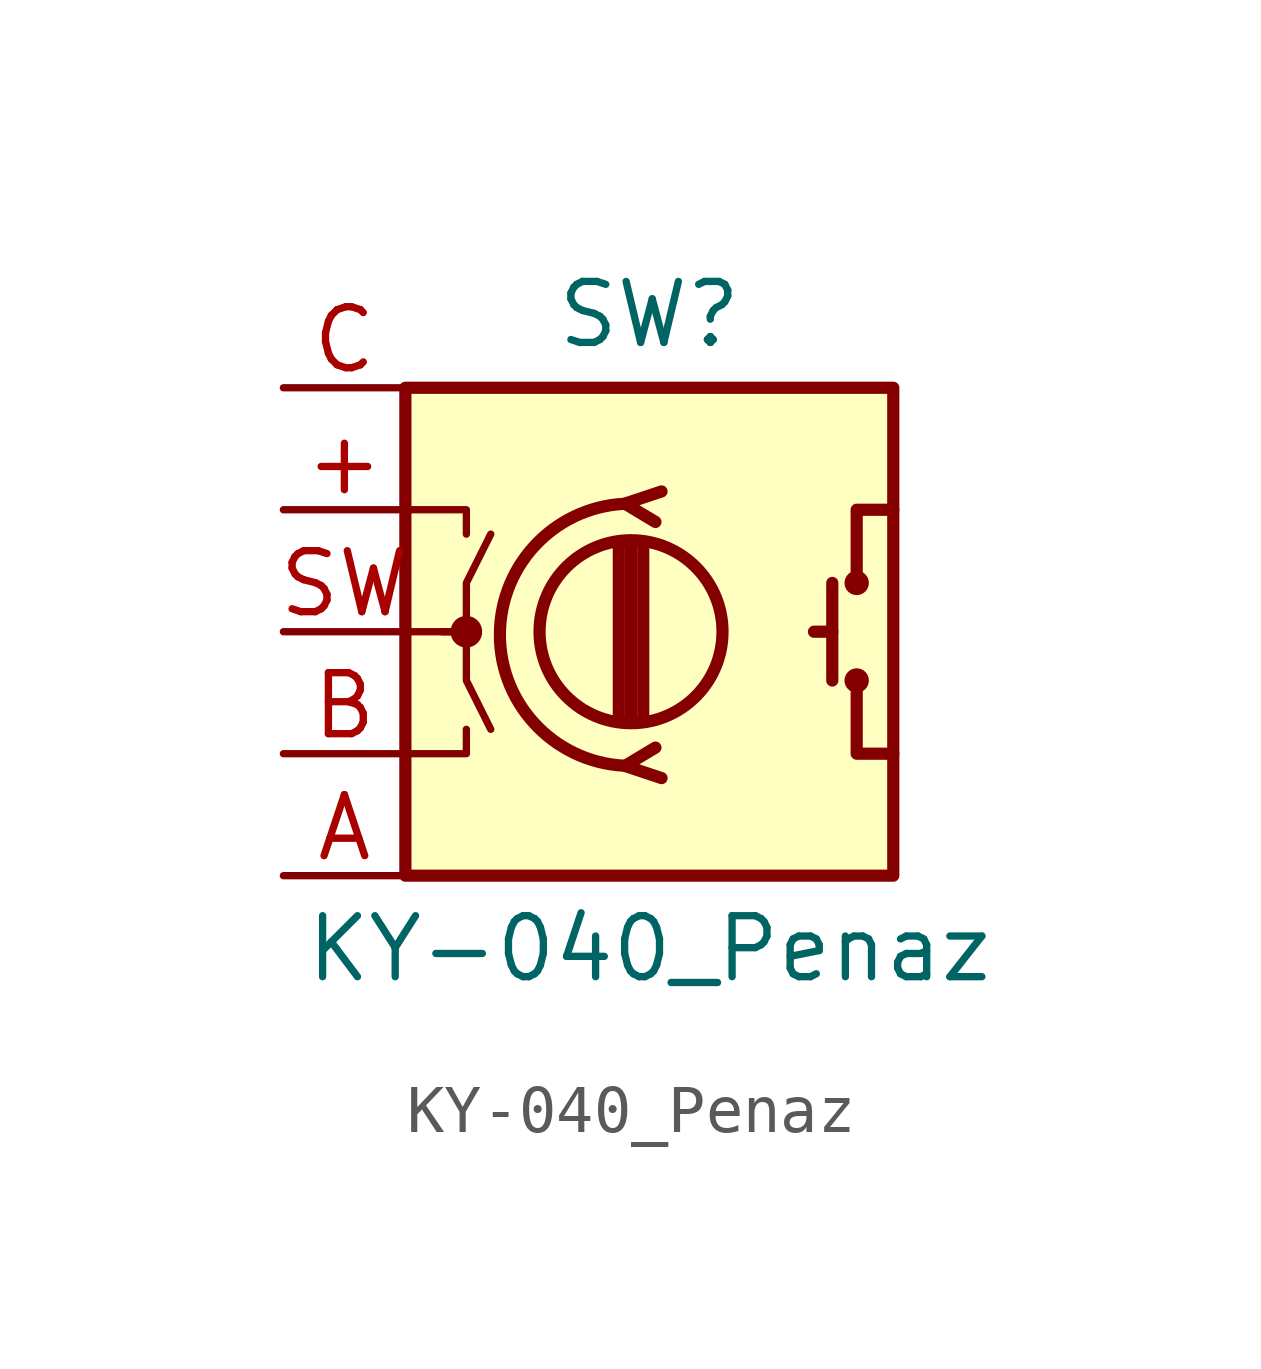
<source format=kicad_sym>
(kicad_symbol_lib
  (version 20220914)
  (generator kicad_symbol_editor)
  (symbol "KY-040_Penaz"
    (pin_names
      (offset 0.254) hide)
    (property "Reference" "SW"
      (at 0 6.604 0)
      (effects (font (size 1.27 1.27))))
    (property "Value" "KY-040_Penaz"
      (at 0 -6.604 0)
      (effects (font (size 1.27 1.27))))
    (symbol "KY-040_Penaz_0_1"
      (rectangle (start -5.08 5.08) (end 5.08 -5.08) (stroke (width 0.254) (type default)) (fill (type background)))
      (circle (center -3.81 0) (radius 0.254) (stroke (width 0) (type default)) (fill (type outline)))
      (circle (center -0.381 0) (radius 1.905) (stroke (width 0.254) (type default)) (fill (type none)))
      (arc (start -0.381 2.667) (mid -3.0988 -0.0635) (end -0.381 -2.794) (stroke (width 0.254) (type default)) (fill (type none)))
      (polyline (pts (xy -0.635 -1.778) (xy -0.635 1.778)) (stroke (width 0.254) (type default)) (fill (type none)))
      (polyline (pts (xy -0.381 -1.778) (xy -0.381 1.778)) (stroke (width 0.254) (type default)) (fill (type none)))
      (polyline (pts (xy -0.127 1.778) (xy -0.127 -1.778)) (stroke (width 0.254) (type default)) (fill (type none)))
      (polyline (pts (xy 3.81 0) (xy 3.429 0)) (stroke (width 0.254) (type default)) (fill (type none)))
      (polyline (pts (xy 3.81 1.016) (xy 3.81 -1.016)) (stroke (width 0.254) (type default)) (fill (type none)))
      (polyline (pts (xy -5.08 -2.54) (xy -3.81 -2.54) (xy -3.81 -2.032)) (stroke (width 0) (type default)) (fill (type none)))
      (polyline (pts (xy -5.08 2.54) (xy -3.81 2.54) (xy -3.81 2.032)) (stroke (width 0) (type default)) (fill (type none)))
      (polyline (pts (xy 0.254 -3.048) (xy -0.508 -2.794) (xy 0.127 -2.413)) (stroke (width 0.254) (type default)) (fill (type none)))
      (polyline (pts (xy 0.254 2.921) (xy -0.508 2.667) (xy 0.127 2.286)) (stroke (width 0.254) (type default)) (fill (type none)))
      (polyline (pts (xy 5.08 -2.54) (xy 4.318 -2.54) (xy 4.318 -1.016)) (stroke (width 0.254) (type default)) (fill (type none)))
      (polyline (pts (xy 5.08 2.54) (xy 4.318 2.54) (xy 4.318 1.016)) (stroke (width 0.254) (type default)) (fill (type none)))
      (polyline (pts (xy -5.08 0) (xy -3.81 0) (xy -3.81 -1.016) (xy -3.302 -2.032)) (stroke (width 0) (type default)) (fill (type none)))
      (polyline (pts (xy -4.318 0) (xy -3.81 0) (xy -3.81 1.016) (xy -3.302 2.032)) (stroke (width 0) (type default)) (fill (type none)))
      (circle (center 4.318 -1.016) (radius 0.127) (stroke (width 0.254) (type default)) (fill (type none)))
      (circle (center 4.318 1.016) (radius 0.127) (stroke (width 0.254) (type default)) (fill (type none))))
    (symbol "KY-040_Penaz_1_1"
      (pin power_in line (at -7.62 2.54 0) (length 2.54) (name "+" (effects (font (size 1.27 1.27)))) (number "+" (effects (font (size 1.27 1.27)))))
      (pin passive line (at -7.62 -5.08 0) (length 2.54) (name "CLK" (effects (font (size 1.27 1.27)))) (number "A" (effects (font (size 1.27 1.27)))))
      (pin passive line (at -7.62 -2.54 0) (length 2.54) (name "DT" (effects (font (size 1.27 1.27)))) (number "B" (effects (font (size 1.27 1.27)))))
      (pin passive line (at -7.62 5.08 0) (length 2.54) (name "GND" (effects (font (size 1.27 1.27)))) (number "C" (effects (font (size 1.27 1.27)))))
      (pin passive line (at -7.62 0 0) (length 2.54) (name "SW" (effects (font (size 1.27 1.27)))) (number "SW" (effects (font (size 1.27 1.27))))))))
</source>
